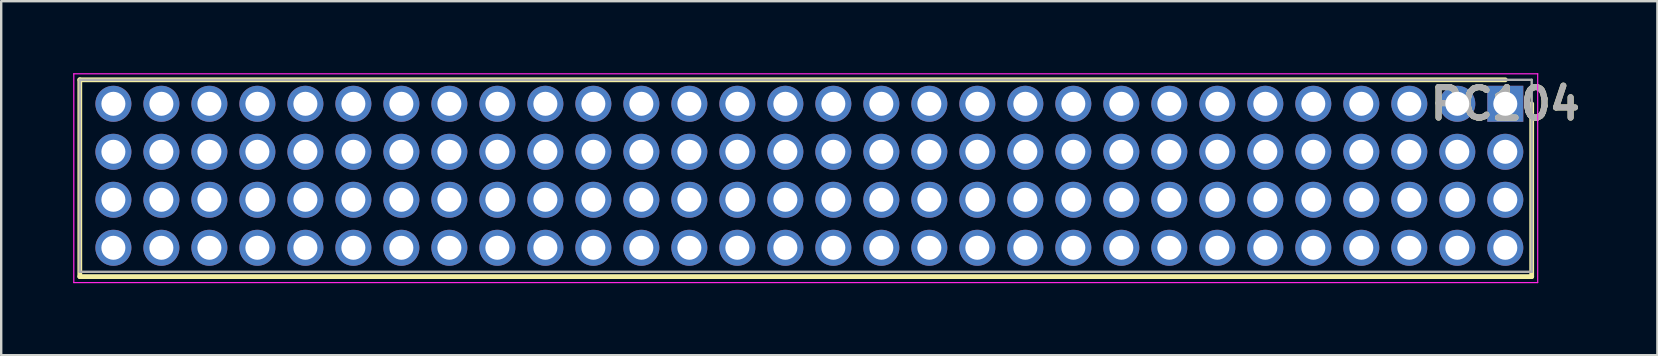
<source format=kicad_pcb>
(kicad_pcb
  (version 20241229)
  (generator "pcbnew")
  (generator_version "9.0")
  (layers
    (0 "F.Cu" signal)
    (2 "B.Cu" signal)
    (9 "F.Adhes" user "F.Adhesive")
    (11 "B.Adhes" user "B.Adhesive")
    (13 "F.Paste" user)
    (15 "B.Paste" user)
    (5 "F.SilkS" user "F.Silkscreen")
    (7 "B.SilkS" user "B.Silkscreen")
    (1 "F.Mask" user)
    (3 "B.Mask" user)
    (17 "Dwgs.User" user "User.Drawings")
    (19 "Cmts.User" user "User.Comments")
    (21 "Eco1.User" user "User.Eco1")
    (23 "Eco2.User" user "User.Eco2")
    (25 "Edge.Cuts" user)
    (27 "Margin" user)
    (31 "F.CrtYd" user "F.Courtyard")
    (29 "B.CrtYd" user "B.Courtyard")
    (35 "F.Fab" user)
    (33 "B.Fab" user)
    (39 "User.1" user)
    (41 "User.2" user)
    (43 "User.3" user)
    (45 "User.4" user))
  (footprint "PC104"
    (layer "F.Cu")
    (at 59.675 1.275)
    (property "Reference" "PC104" (at 0 0 0) (layer "F.SilkS") (effects (font (size 1.27 1.27) (thickness 0.254))))
    (attr through_hole)
    (fp_line (start -59.4 -1) (end -59.4 7.2) (stroke (width 0.2) (type solid)) (layer "F.SilkS"))
    (fp_line (start -59.4 7.2) (end 1.1 7.2) (stroke (width 0.2) (type solid)) (layer "F.SilkS"))
    (fp_line (start 0 -1) (end -59.4 -1) (stroke (width 0.2) (type solid)) (layer "F.SilkS"))
    (fp_line (start 1.1 7.2) (end 1.1 0) (stroke (width 0.2) (type solid)) (layer "F.SilkS"))
    (fp_line (start -59.65 -1.25) (end -59.65 7.45) (stroke (width 0.05) (type solid)) (layer "F.CrtYd"))
    (fp_line (start -59.65 7.45) (end 1.35 7.45) (stroke (width 0.05) (type solid)) (layer "F.CrtYd"))
    (fp_line (start 1.35 -1.25) (end -59.65 -1.25) (stroke (width 0.05) (type solid)) (layer "F.CrtYd"))
    (fp_line (start 1.35 7.45) (end 1.35 -1.25) (stroke (width 0.05) (type solid)) (layer "F.CrtYd"))
    (fp_line (start -59.4 -1) (end -59.4 7) (stroke (width 0.1) (type solid)) (layer "F.Fab"))
    (fp_line (start -59.4 7) (end 1.1 7) (stroke (width 0.1) (type solid)) (layer "F.Fab"))
    (fp_line (start 1.1 -1) (end -59.4 -1) (stroke (width 0.1) (type solid)) (layer "F.Fab"))
    (fp_line (start 1.1 7) (end 1.1 -1) (stroke (width 0.1) (type solid)) (layer "F.Fab"))
    (fp_text user "${REFERENCE}" (at 0 0 0) (layer "F.Fab") (effects (font (size 1.27 1.27) (thickness 0.254))))
    (pad "1" thru_hole rect (at 0 0) (size 1.5 1.5) (drill 1) (layers "*.Cu" "*.Mask"))
    (pad "2" thru_hole circle (at -2 0) (size 1.5 1.5) (drill 1) (layers "*.Cu" "*.Mask"))
    (pad "3" thru_hole circle (at -4 0) (size 1.5 1.5) (drill 1) (layers "*.Cu" "*.Mask"))
    (pad "4" thru_hole circle (at -6 0) (size 1.5 1.5) (drill 1) (layers "*.Cu" "*.Mask"))
    (pad "5" thru_hole circle (at -8 0) (size 1.5 1.5) (drill 1) (layers "*.Cu" "*.Mask"))
    (pad "6" thru_hole circle (at -10 0) (size 1.5 1.5) (drill 1) (layers "*.Cu" "*.Mask"))
    (pad "7" thru_hole circle (at -12 0) (size 1.5 1.5) (drill 1) (layers "*.Cu" "*.Mask"))
    (pad "8" thru_hole circle (at -14 0) (size 1.5 1.5) (drill 1) (layers "*.Cu" "*.Mask"))
    (pad "9" thru_hole circle (at -16 0) (size 1.5 1.5) (drill 1) (layers "*.Cu" "*.Mask"))
    (pad "10" thru_hole circle (at -18 0) (size 1.5 1.5) (drill 1) (layers "*.Cu" "*.Mask"))
    (pad "11" thru_hole circle (at -20 0) (size 1.5 1.5) (drill 1) (layers "*.Cu" "*.Mask"))
    (pad "12" thru_hole circle (at -22 0) (size 1.5 1.5) (drill 1) (layers "*.Cu" "*.Mask"))
    (pad "13" thru_hole circle (at -24 0) (size 1.5 1.5) (drill 1) (layers "*.Cu" "*.Mask"))
    (pad "14" thru_hole circle (at -26 0) (size 1.5 1.5) (drill 1) (layers "*.Cu" "*.Mask"))
    (pad "15" thru_hole circle (at -28 0) (size 1.5 1.5) (drill 1) (layers "*.Cu" "*.Mask"))
    (pad "16" thru_hole circle (at -30 0) (size 1.5 1.5) (drill 1) (layers "*.Cu" "*.Mask"))
    (pad "17" thru_hole circle (at -32 0) (size 1.5 1.5) (drill 1) (layers "*.Cu" "*.Mask"))
    (pad "18" thru_hole circle (at -34 0) (size 1.5 1.5) (drill 1) (layers "*.Cu" "*.Mask"))
    (pad "19" thru_hole circle (at -36 0) (size 1.5 1.5) (drill 1) (layers "*.Cu" "*.Mask"))
    (pad "20" thru_hole circle (at -38 0) (size 1.5 1.5) (drill 1) (layers "*.Cu" "*.Mask"))
    (pad "21" thru_hole circle (at -40 0) (size 1.5 1.5) (drill 1) (layers "*.Cu" "*.Mask"))
    (pad "22" thru_hole circle (at -42 0) (size 1.5 1.5) (drill 1) (layers "*.Cu" "*.Mask"))
    (pad "23" thru_hole circle (at -44 0) (size 1.5 1.5) (drill 1) (layers "*.Cu" "*.Mask"))
    (pad "24" thru_hole circle (at -46 0) (size 1.5 1.5) (drill 1) (layers "*.Cu" "*.Mask"))
    (pad "25" thru_hole circle (at -48 0) (size 1.5 1.5) (drill 1) (layers "*.Cu" "*.Mask"))
    (pad "26" thru_hole circle (at -50 0) (size 1.5 1.5) (drill 1) (layers "*.Cu" "*.Mask"))
    (pad "27" thru_hole circle (at -52 0) (size 1.5 1.5) (drill 1) (layers "*.Cu" "*.Mask"))
    (pad "28" thru_hole circle (at -54 0) (size 1.5 1.5) (drill 1) (layers "*.Cu" "*.Mask"))
    (pad "29" thru_hole circle (at -56 0) (size 1.5 1.5) (drill 1) (layers "*.Cu" "*.Mask"))
    (pad "30" thru_hole circle (at -58 0) (size 1.5 1.5) (drill 1) (layers "*.Cu" "*.Mask"))
    (pad "31" thru_hole circle (at 0 2) (size 1.5 1.5) (drill 1) (layers "*.Cu" "*.Mask"))
    (pad "32" thru_hole circle (at -2 2) (size 1.5 1.5) (drill 1) (layers "*.Cu" "*.Mask"))
    (pad "33" thru_hole circle (at -4 2) (size 1.5 1.5) (drill 1) (layers "*.Cu" "*.Mask"))
    (pad "34" thru_hole circle (at -6 2) (size 1.5 1.5) (drill 1) (layers "*.Cu" "*.Mask"))
    (pad "35" thru_hole circle (at -8 2) (size 1.5 1.5) (drill 1) (layers "*.Cu" "*.Mask"))
    (pad "36" thru_hole circle (at -10 2) (size 1.5 1.5) (drill 1) (layers "*.Cu" "*.Mask"))
    (pad "37" thru_hole circle (at -12 2) (size 1.5 1.5) (drill 1) (layers "*.Cu" "*.Mask"))
    (pad "38" thru_hole circle (at -14 2) (size 1.5 1.5) (drill 1) (layers "*.Cu" "*.Mask"))
    (pad "39" thru_hole circle (at -16 2) (size 1.5 1.5) (drill 1) (layers "*.Cu" "*.Mask"))
    (pad "40" thru_hole circle (at -18 2) (size 1.5 1.5) (drill 1) (layers "*.Cu" "*.Mask"))
    (pad "41" thru_hole circle (at -20 2) (size 1.5 1.5) (drill 1) (layers "*.Cu" "*.Mask"))
    (pad "42" thru_hole circle (at -22 2) (size 1.5 1.5) (drill 1) (layers "*.Cu" "*.Mask"))
    (pad "43" thru_hole circle (at -24 2) (size 1.5 1.5) (drill 1) (layers "*.Cu" "*.Mask"))
    (pad "44" thru_hole circle (at -26 2) (size 1.5 1.5) (drill 1) (layers "*.Cu" "*.Mask"))
    (pad "45" thru_hole circle (at -28 2) (size 1.5 1.5) (drill 1) (layers "*.Cu" "*.Mask"))
    (pad "46" thru_hole circle (at -30 2) (size 1.5 1.5) (drill 1) (layers "*.Cu" "*.Mask"))
    (pad "47" thru_hole circle (at -32 2) (size 1.5 1.5) (drill 1) (layers "*.Cu" "*.Mask"))
    (pad "48" thru_hole circle (at -34 2) (size 1.5 1.5) (drill 1) (layers "*.Cu" "*.Mask"))
    (pad "49" thru_hole circle (at -36 2) (size 1.5 1.5) (drill 1) (layers "*.Cu" "*.Mask"))
    (pad "50" thru_hole circle (at -38 2) (size 1.5 1.5) (drill 1) (layers "*.Cu" "*.Mask"))
    (pad "51" thru_hole circle (at -40 2) (size 1.5 1.5) (drill 1) (layers "*.Cu" "*.Mask"))
    (pad "52" thru_hole circle (at -42 2) (size 1.5 1.5) (drill 1) (layers "*.Cu" "*.Mask"))
    (pad "53" thru_hole circle (at -44 2) (size 1.5 1.5) (drill 1) (layers "*.Cu" "*.Mask"))
    (pad "54" thru_hole circle (at -46 2) (size 1.5 1.5) (drill 1) (layers "*.Cu" "*.Mask"))
    (pad "55" thru_hole circle (at -48 2) (size 1.5 1.5) (drill 1) (layers "*.Cu" "*.Mask"))
    (pad "56" thru_hole circle (at -50 2) (size 1.5 1.5) (drill 1) (layers "*.Cu" "*.Mask"))
    (pad "57" thru_hole circle (at -52 2) (size 1.5 1.5) (drill 1) (layers "*.Cu" "*.Mask"))
    (pad "58" thru_hole circle (at -54 2) (size 1.5 1.5) (drill 1) (layers "*.Cu" "*.Mask"))
    (pad "59" thru_hole circle (at -56 2) (size 1.5 1.5) (drill 1) (layers "*.Cu" "*.Mask"))
    (pad "60" thru_hole circle (at -58 2) (size 1.5 1.5) (drill 1) (layers "*.Cu" "*.Mask"))
    (pad "61" thru_hole circle (at 0 4) (size 1.5 1.5) (drill 1) (layers "*.Cu" "*.Mask"))
    (pad "62" thru_hole circle (at -2 4) (size 1.5 1.5) (drill 1) (layers "*.Cu" "*.Mask"))
    (pad "63" thru_hole circle (at -4 4) (size 1.5 1.5) (drill 1) (layers "*.Cu" "*.Mask"))
    (pad "64" thru_hole circle (at -6 4) (size 1.5 1.5) (drill 1) (layers "*.Cu" "*.Mask"))
    (pad "65" thru_hole circle (at -8 4) (size 1.5 1.5) (drill 1) (layers "*.Cu" "*.Mask"))
    (pad "66" thru_hole circle (at -10 4) (size 1.5 1.5) (drill 1) (layers "*.Cu" "*.Mask"))
    (pad "67" thru_hole circle (at -12 4) (size 1.5 1.5) (drill 1) (layers "*.Cu" "*.Mask"))
    (pad "68" thru_hole circle (at -14 4) (size 1.5 1.5) (drill 1) (layers "*.Cu" "*.Mask"))
    (pad "69" thru_hole circle (at -16 4) (size 1.5 1.5) (drill 1) (layers "*.Cu" "*.Mask"))
    (pad "70" thru_hole circle (at -18 4) (size 1.5 1.5) (drill 1) (layers "*.Cu" "*.Mask"))
    (pad "71" thru_hole circle (at -20 4) (size 1.5 1.5) (drill 1) (layers "*.Cu" "*.Mask"))
    (pad "72" thru_hole circle (at -22 4) (size 1.5 1.5) (drill 1) (layers "*.Cu" "*.Mask"))
    (pad "73" thru_hole circle (at -24 4) (size 1.5 1.5) (drill 1) (layers "*.Cu" "*.Mask"))
    (pad "74" thru_hole circle (at -26 4) (size 1.5 1.5) (drill 1) (layers "*.Cu" "*.Mask"))
    (pad "75" thru_hole circle (at -28 4) (size 1.5 1.5) (drill 1) (layers "*.Cu" "*.Mask"))
    (pad "76" thru_hole circle (at -30 4) (size 1.5 1.5) (drill 1) (layers "*.Cu" "*.Mask"))
    (pad "77" thru_hole circle (at -32 4) (size 1.5 1.5) (drill 1) (layers "*.Cu" "*.Mask"))
    (pad "78" thru_hole circle (at -34 4) (size 1.5 1.5) (drill 1) (layers "*.Cu" "*.Mask"))
    (pad "79" thru_hole circle (at -36 4) (size 1.5 1.5) (drill 1) (layers "*.Cu" "*.Mask"))
    (pad "80" thru_hole circle (at -38 4) (size 1.5 1.5) (drill 1) (layers "*.Cu" "*.Mask"))
    (pad "81" thru_hole circle (at -40 4) (size 1.5 1.5) (drill 1) (layers "*.Cu" "*.Mask"))
    (pad "82" thru_hole circle (at -42 4) (size 1.5 1.5) (drill 1) (layers "*.Cu" "*.Mask"))
    (pad "83" thru_hole circle (at -44 4) (size 1.5 1.5) (drill 1) (layers "*.Cu" "*.Mask"))
    (pad "84" thru_hole circle (at -46 4) (size 1.5 1.5) (drill 1) (layers "*.Cu" "*.Mask"))
    (pad "85" thru_hole circle (at -48 4) (size 1.5 1.5) (drill 1) (layers "*.Cu" "*.Mask"))
    (pad "86" thru_hole circle (at -50 4) (size 1.5 1.5) (drill 1) (layers "*.Cu" "*.Mask"))
    (pad "87" thru_hole circle (at -52 4) (size 1.5 1.5) (drill 1) (layers "*.Cu" "*.Mask"))
    (pad "88" thru_hole circle (at -54 4) (size 1.5 1.5) (drill 1) (layers "*.Cu" "*.Mask"))
    (pad "89" thru_hole circle (at -56 4) (size 1.5 1.5) (drill 1) (layers "*.Cu" "*.Mask"))
    (pad "90" thru_hole circle (at -58 4) (size 1.5 1.5) (drill 1) (layers "*.Cu" "*.Mask"))
    (pad "91" thru_hole circle (at 0 6) (size 1.5 1.5) (drill 1) (layers "*.Cu" "*.Mask"))
    (pad "92" thru_hole circle (at -2 6) (size 1.5 1.5) (drill 1) (layers "*.Cu" "*.Mask"))
    (pad "93" thru_hole circle (at -4 6) (size 1.5 1.5) (drill 1) (layers "*.Cu" "*.Mask"))
    (pad "94" thru_hole circle (at -6 6) (size 1.5 1.5) (drill 1) (layers "*.Cu" "*.Mask"))
    (pad "95" thru_hole circle (at -8 6) (size 1.5 1.5) (drill 1) (layers "*.Cu" "*.Mask"))
    (pad "96" thru_hole circle (at -10 6) (size 1.5 1.5) (drill 1) (layers "*.Cu" "*.Mask"))
    (pad "97" thru_hole circle (at -12 6) (size 1.5 1.5) (drill 1) (layers "*.Cu" "*.Mask"))
    (pad "98" thru_hole circle (at -14 6) (size 1.5 1.5) (drill 1) (layers "*.Cu" "*.Mask"))
    (pad "99" thru_hole circle (at -16 6) (size 1.5 1.5) (drill 1) (layers "*.Cu" "*.Mask"))
    (pad "100" thru_hole circle (at -18 6) (size 1.5 1.5) (drill 1) (layers "*.Cu" "*.Mask"))
    (pad "101" thru_hole circle (at -20 6) (size 1.5 1.5) (drill 1) (layers "*.Cu" "*.Mask"))
    (pad "102" thru_hole circle (at -22 6) (size 1.5 1.5) (drill 1) (layers "*.Cu" "*.Mask"))
    (pad "103" thru_hole circle (at -24 6) (size 1.5 1.5) (drill 1) (layers "*.Cu" "*.Mask"))
    (pad "104" thru_hole circle (at -26 6) (size 1.5 1.5) (drill 1) (layers "*.Cu" "*.Mask"))
    (pad "105" thru_hole circle (at -28 6) (size 1.5 1.5) (drill 1) (layers "*.Cu" "*.Mask"))
    (pad "106" thru_hole circle (at -30 6) (size 1.5 1.5) (drill 1) (layers "*.Cu" "*.Mask"))
    (pad "107" thru_hole circle (at -32 6) (size 1.5 1.5) (drill 1) (layers "*.Cu" "*.Mask"))
    (pad "108" thru_hole circle (at -34 6) (size 1.5 1.5) (drill 1) (layers "*.Cu" "*.Mask"))
    (pad "109" thru_hole circle (at -36 6) (size 1.5 1.5) (drill 1) (layers "*.Cu" "*.Mask"))
    (pad "110" thru_hole circle (at -38 6) (size 1.5 1.5) (drill 1) (layers "*.Cu" "*.Mask"))
    (pad "111" thru_hole circle (at -40 6) (size 1.5 1.5) (drill 1) (layers "*.Cu" "*.Mask"))
    (pad "112" thru_hole circle (at -42 6) (size 1.5 1.5) (drill 1) (layers "*.Cu" "*.Mask"))
    (pad "113" thru_hole circle (at -44 6) (size 1.5 1.5) (drill 1) (layers "*.Cu" "*.Mask"))
    (pad "114" thru_hole circle (at -46 6) (size 1.5 1.5) (drill 1) (layers "*.Cu" "*.Mask"))
    (pad "115" thru_hole circle (at -48 6) (size 1.5 1.5) (drill 1) (layers "*.Cu" "*.Mask"))
    (pad "116" thru_hole circle (at -50 6) (size 1.5 1.5) (drill 1) (layers "*.Cu" "*.Mask"))
    (pad "117" thru_hole circle (at -52 6) (size 1.5 1.5) (drill 1) (layers "*.Cu" "*.Mask"))
    (pad "118" thru_hole circle (at -54 6) (size 1.5 1.5) (drill 1) (layers "*.Cu" "*.Mask"))
    (pad "119" thru_hole circle (at -56 6) (size 1.5 1.5) (drill 1) (layers "*.Cu" "*.Mask"))
    (pad "120" thru_hole circle (at -58 6) (size 1.5 1.5) (drill 1) (layers "*.Cu" "*.Mask")))
  (gr_rect
    (start -3 -3)
    (end 66.013 11.75)
    (stroke (width 0.1) (type default))
    (fill no)
    (layer "Edge.Cuts")))
</source>
